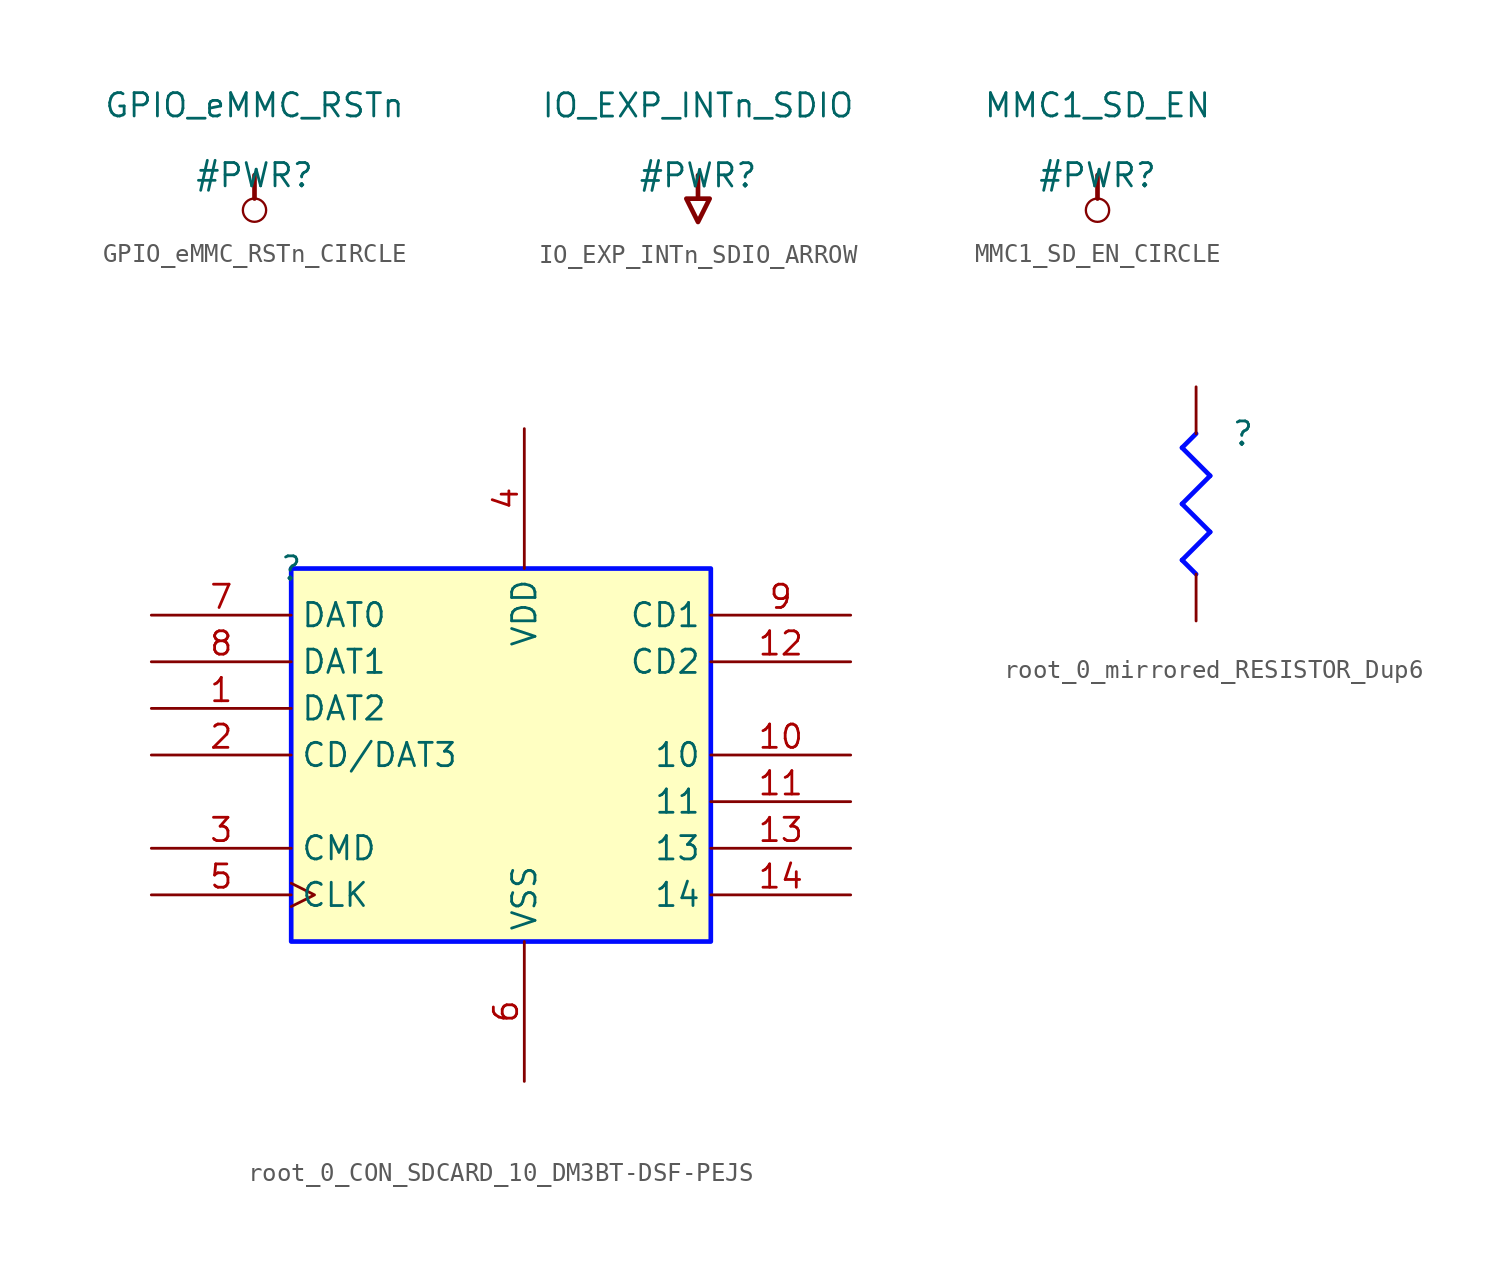
<source format=kicad_sym>
(kicad_symbol_lib
  (version 20231120)
  (generator "kicad_symbol_editor")
  (generator_version "8.0")
  (symbol "GPIO_eMMC_RSTn_CIRCLE"
    (power)
    (property "Reference" "#PWR"
      (at 0 0 0)
      (effects (font (size 1.27 1.27))))
    (property "Value" "GPIO_eMMC_RSTn"
      (at 0 3.81 0)
      (effects (font (size 1.27 1.27))))
    (symbol "GPIO_eMMC_RSTn_CIRCLE_0_0"
      (circle (center 0 -1.905) (radius 0.635) (stroke (width 0.127) (type solid)) (fill (type none)))
      (polyline (pts (xy 0 0) (xy 0 -1.27)) (stroke (width 0.254) (type solid)) (fill (type none)))
      (pin power_in line (at 0 0 0) (length 0) hide (name "GPIO_eMMC_RSTn" (effects (font (size 1.27 1.27)))) (number "" (effects (font (size 1.27 1.27)))))))
  (symbol "IO_EXP_INTn_SDIO_ARROW"
    (power)
    (property "Reference" "#PWR"
      (at 0 0 0)
      (effects (font (size 1.27 1.27))))
    (property "Value" "IO_EXP_INTn_SDIO"
      (at 0 3.81 0)
      (effects (font (size 1.27 1.27))))
    (symbol "IO_EXP_INTn_SDIO_ARROW_0_0"
      (polyline (pts (xy 0 0) (xy 0 -1.27)) (stroke (width 0.254) (type solid)) (fill (type none)))
      (polyline (pts (xy -0.635 -1.27) (xy 0.635 -1.27) (xy 0 -2.54) (xy -0.635 -1.27)) (stroke (width 0.254) (type solid)) (fill (type none)))
      (pin power_in line (at 0 0 0) (length 0) hide (name "IO_EXP_INTn_SDIO" (effects (font (size 1.27 1.27)))) (number "" (effects (font (size 1.27 1.27)))))))
  (symbol "MMC1_SD_EN_CIRCLE"
    (power)
    (property "Reference" "#PWR"
      (at 0 0 0)
      (effects (font (size 1.27 1.27))))
    (property "Value" "MMC1_SD_EN"
      (at 0 3.81 0)
      (effects (font (size 1.27 1.27))))
    (symbol "MMC1_SD_EN_CIRCLE_0_0"
      (circle (center 0 -1.905) (radius 0.635) (stroke (width 0.127) (type solid)) (fill (type none)))
      (polyline (pts (xy 0 0) (xy 0 -1.27)) (stroke (width 0.254) (type solid)) (fill (type none)))
      (pin power_in line (at 0 0 0) (length 0) hide (name "MMC1_SD_EN" (effects (font (size 1.27 1.27)))) (number "" (effects (font (size 1.27 1.27)))))))
  (symbol "root_0_CON_SDCARD_10_DM3BT-DSF-PEJS"
    (property "Reference" ""
      (at 0 0 0)
      (effects (font (size 1.27 1.27))))
    (property "Value" ""
      (at 0 0 0)
      (effects (font (size 1.27 1.27))))
    (symbol "root_0_CON_SDCARD_10_DM3BT-DSF-PEJS_1_0"
      (rectangle (start 22.86 0) (end 0 -20.32) (stroke (width 0.254) (type solid) (color 0 11 255 1)) (fill (type background)))
      (pin passive line (at -7.62 -7.62 0) (length 7.62) (name "DAT2" (effects (font (size 1.27 1.27)))) (number "1" (effects (font (size 1.27 1.27)))))
      (pin passive line (at 30.48 -10.16 180) (length 7.62) (name "10" (effects (font (size 1.27 1.27)))) (number "10" (effects (font (size 1.27 1.27)))))
      (pin passive line (at 30.48 -12.7 180) (length 7.62) (name "11" (effects (font (size 1.27 1.27)))) (number "11" (effects (font (size 1.27 1.27)))))
      (pin passive line (at 30.48 -5.08 180) (length 7.62) (name "CD2" (effects (font (size 1.27 1.27)))) (number "12" (effects (font (size 1.27 1.27)))))
      (pin passive line (at 30.48 -15.24 180) (length 7.62) (name "13" (effects (font (size 1.27 1.27)))) (number "13" (effects (font (size 1.27 1.27)))))
      (pin passive line (at 30.48 -17.78 180) (length 7.62) (name "14" (effects (font (size 1.27 1.27)))) (number "14" (effects (font (size 1.27 1.27)))))
      (pin passive line (at -7.62 -10.16 0) (length 7.62) (name "CD/DAT3" (effects (font (size 1.27 1.27)))) (number "2" (effects (font (size 1.27 1.27)))))
      (pin passive line (at -7.62 -15.24 0) (length 7.62) (name "CMD" (effects (font (size 1.27 1.27)))) (number "3" (effects (font (size 1.27 1.27)))))
      (pin power_in line (at 12.7 7.62 270) (length 7.62) (name "VDD" (effects (font (size 1.27 1.27)))) (number "4" (effects (font (size 1.27 1.27)))))
      (pin passive clock (at -7.62 -17.78 0) (length 7.62) (name "CLK" (effects (font (size 1.27 1.27)))) (number "5" (effects (font (size 1.27 1.27)))))
      (pin power_in line (at 12.7 -27.94 90) (length 7.62) (name "VSS" (effects (font (size 1.27 1.27)))) (number "6" (effects (font (size 1.27 1.27)))))
      (pin passive line (at -7.62 -2.54 0) (length 7.62) (name "DAT0" (effects (font (size 1.27 1.27)))) (number "7" (effects (font (size 1.27 1.27)))))
      (pin passive line (at -7.62 -5.08 0) (length 7.62) (name "DAT1" (effects (font (size 1.27 1.27)))) (number "8" (effects (font (size 1.27 1.27)))))
      (pin passive line (at 30.48 -2.54 180) (length 7.62) (name "CD1" (effects (font (size 1.27 1.27)))) (number "9" (effects (font (size 1.27 1.27)))))))
  (symbol "root_0_mirrored_RESISTOR_Dup6"
    (property "Reference" ""
      (at 0 0 0)
      (effects (font (size 1.27 1.27))))
    (property "Value" ""
      (at 0 0 0)
      (effects (font (size 1.27 1.27))))
    (symbol "root_0_mirrored_RESISTOR_Dup6_1_0"
      (polyline (pts (xy -3.302 -6.858) (xy -2.54 -7.62)) (stroke (width 0.254) (type solid) (color 0 11 255 1)) (fill (type none)))
      (polyline (pts (xy -3.302 -3.81) (xy -1.778 -5.334)) (stroke (width 0.254) (type solid) (color 0 11 255 1)) (fill (type none)))
      (polyline (pts (xy -3.302 -0.762) (xy -1.778 -2.286)) (stroke (width 0.254) (type solid) (color 0 11 255 1)) (fill (type none)))
      (polyline (pts (xy -2.54 0) (xy -3.302 -0.762)) (stroke (width 0.254) (type solid) (color 0 11 255 1)) (fill (type none)))
      (polyline (pts (xy -1.778 -5.334) (xy -3.302 -6.858)) (stroke (width 0.254) (type solid) (color 0 11 255 1)) (fill (type none)))
      (polyline (pts (xy -1.778 -2.286) (xy -3.302 -3.81)) (stroke (width 0.254) (type solid) (color 0 11 255 1)) (fill (type none)))
      (pin passive line (at -2.54 2.54 270) (length 2.54) (name "1" (effects (font (size 0 0)))) (number "1" (effects (font (size 0 0)))))
      (pin passive line (at -2.54 -10.16 90) (length 2.54) (name "2" (effects (font (size 0 0)))) (number "2" (effects (font (size 0 0))))))))
</source>
